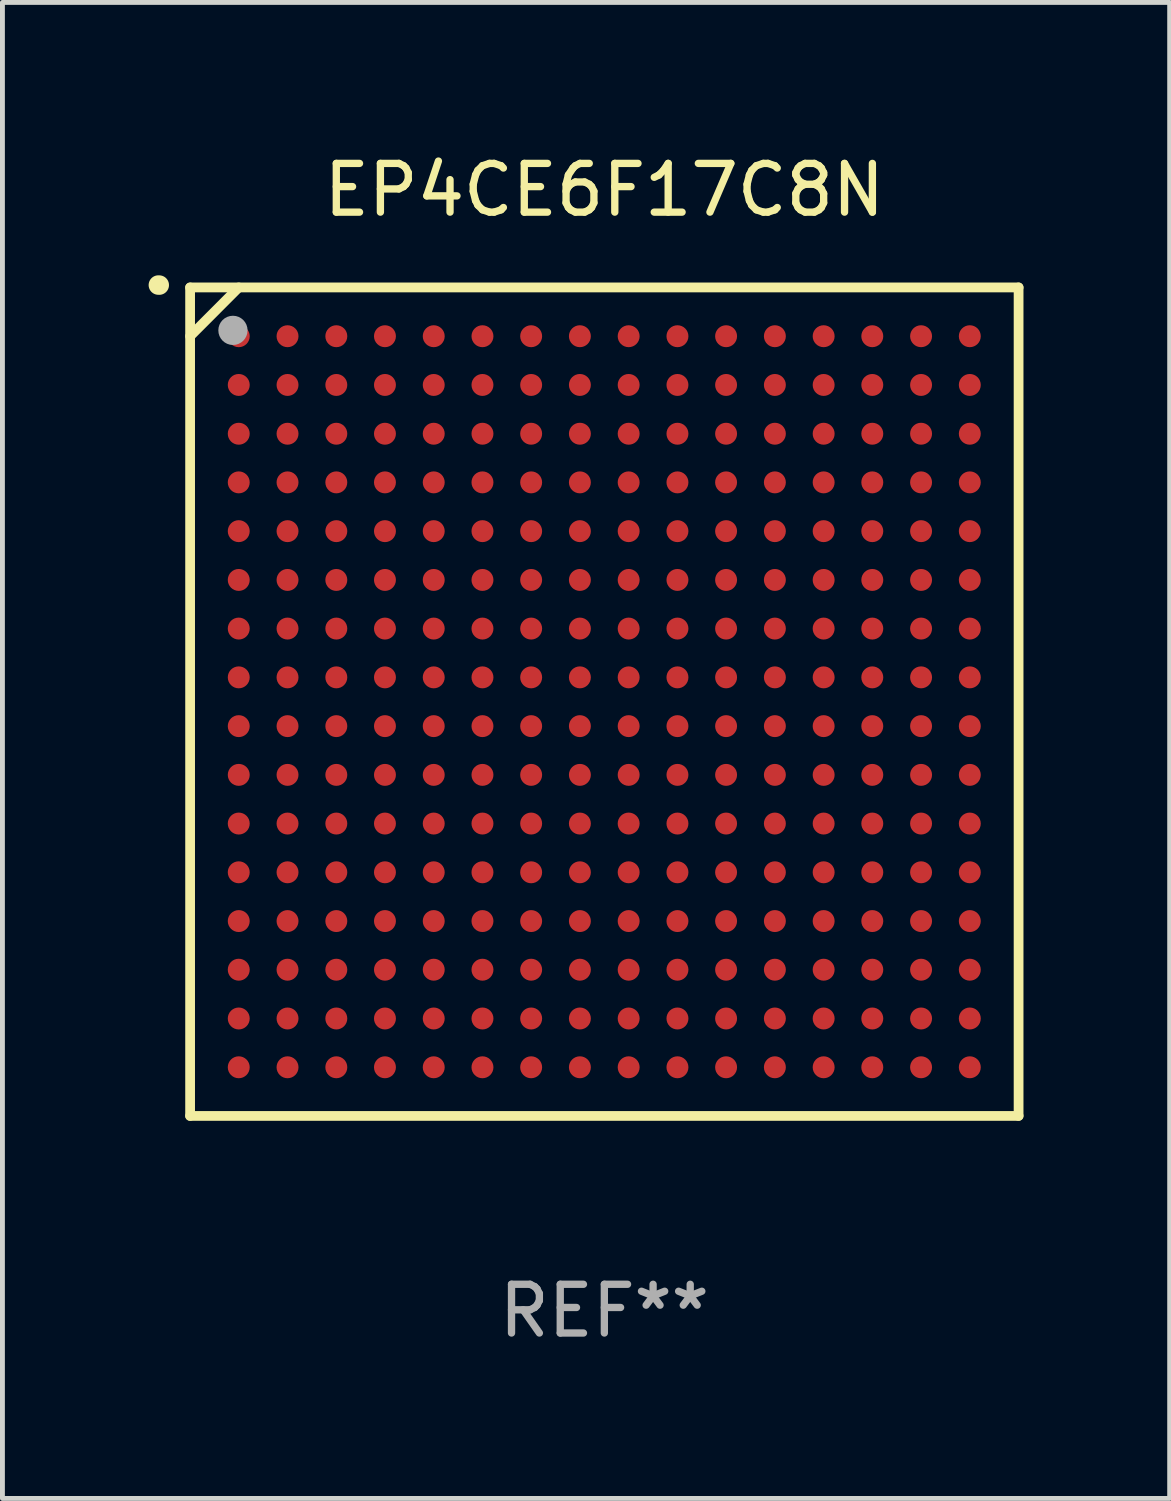
<source format=kicad_pcb>
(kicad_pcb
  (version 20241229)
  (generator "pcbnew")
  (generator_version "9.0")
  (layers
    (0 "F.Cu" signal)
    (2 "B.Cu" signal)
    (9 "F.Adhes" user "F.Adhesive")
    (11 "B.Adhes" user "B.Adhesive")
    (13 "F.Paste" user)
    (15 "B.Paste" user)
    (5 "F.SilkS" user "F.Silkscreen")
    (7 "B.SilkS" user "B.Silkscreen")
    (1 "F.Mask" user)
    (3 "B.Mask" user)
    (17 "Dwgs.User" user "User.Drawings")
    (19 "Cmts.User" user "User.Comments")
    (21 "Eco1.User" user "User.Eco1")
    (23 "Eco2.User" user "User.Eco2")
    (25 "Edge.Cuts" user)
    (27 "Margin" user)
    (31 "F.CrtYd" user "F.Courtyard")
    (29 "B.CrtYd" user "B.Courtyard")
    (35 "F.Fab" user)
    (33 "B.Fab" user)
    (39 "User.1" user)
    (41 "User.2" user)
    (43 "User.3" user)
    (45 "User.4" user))
  (footprint "EP4CE6F17C8N"
    (layer "F.Cu")
    (at 9.351 11.348)
    (property "Reference" "EP4CE6F17C8N" (at 0 -10.5 0) (layer "F.SilkS") (effects (font (size 1 1) (thickness 0.15))))
    (attr through_hole)
    (fp_line (start -8.5 -8.5) (end 8.5 -8.5) (stroke (width 0.2) (type solid)) (layer "F.SilkS"))
    (fp_line (start -8.5 -7.499) (end -7.502 -8.5) (stroke (width 0.2) (type solid)) (layer "F.SilkS"))
    (fp_line (start -8.5 8.5) (end -8.5 -8.5) (stroke (width 0.2) (type solid)) (layer "F.SilkS"))
    (fp_line (start 8.5 -8.5) (end 8.5 8.5) (stroke (width 0.2) (type solid)) (layer "F.SilkS"))
    (fp_line (start 8.5 8.5) (end -8.5 8.5) (stroke (width 0.2) (type solid)) (layer "F.SilkS"))
    (fp_arc (start -9.151181 -8.548768) (mid -9.142295 -8.548541) (end -9.133426 -8.547955) (stroke (width 0.4) (type solid)) (layer "F.SilkS"))
    (fp_circle (center -8.501 -8.499) (end -8.471 -8.499) (stroke (width 0.06) (type solid)) (fill no) (layer "F.SilkS"))
    (fp_circle (center -7.621 -7.619) (end -7.471 -7.619) (stroke (width 0.3) (type solid)) (fill no) (layer "F.Fab"))
    (fp_text user "REF**" (at 0 12.5 0) (layer "F.Fab") (effects (font (size 1 1) (thickness 0.15))))
    (pad "A1" smd circle (at -7.502 -7.499) (size 0.45 0.45) (layers "F.Cu" "F.Mask" "F.Paste"))
    (pad "A2" smd circle (at -6.501 -7.499) (size 0.45 0.45) (layers "F.Cu" "F.Mask" "F.Paste"))
    (pad "A3" smd circle (at -5.5 -7.499) (size 0.45 0.45) (layers "F.Cu" "F.Mask" "F.Paste"))
    (pad "A4" smd circle (at -4.502 -7.499) (size 0.45 0.45) (layers "F.Cu" "F.Mask" "F.Paste"))
    (pad "A5" smd circle (at -3.501 -7.499) (size 0.45 0.45) (layers "F.Cu" "F.Mask" "F.Paste"))
    (pad "A6" smd circle (at -2.501 -7.499) (size 0.45 0.45) (layers "F.Cu" "F.Mask" "F.Paste"))
    (pad "A7" smd circle (at -1.502 -7.499) (size 0.45 0.45) (layers "F.Cu" "F.Mask" "F.Paste"))
    (pad "A8" smd circle (at -0.502 -7.499) (size 0.45 0.45) (layers "F.Cu" "F.Mask" "F.Paste"))
    (pad "A9" smd circle (at 0.499 -7.499) (size 0.45 0.45) (layers "F.Cu" "F.Mask" "F.Paste"))
    (pad "A10" smd circle (at 1.5 -7.499) (size 0.45 0.45) (layers "F.Cu" "F.Mask" "F.Paste"))
    (pad "A11" smd circle (at 2.498 -7.499) (size 0.45 0.45) (layers "F.Cu" "F.Mask" "F.Paste"))
    (pad "A12" smd circle (at 3.499 -7.499) (size 0.45 0.45) (layers "F.Cu" "F.Mask" "F.Paste"))
    (pad "A13" smd circle (at 4.5 -7.499) (size 0.45 0.45) (layers "F.Cu" "F.Mask" "F.Paste"))
    (pad "A14" smd circle (at 5.498 -7.499) (size 0.45 0.45) (layers "F.Cu" "F.Mask" "F.Paste"))
    (pad "A15" smd circle (at 6.499 -7.499) (size 0.45 0.45) (layers "F.Cu" "F.Mask" "F.Paste"))
    (pad "A16" smd circle (at 7.499 -7.499) (size 0.45 0.45) (layers "F.Cu" "F.Mask" "F.Paste"))
    (pad "B1" smd circle (at -7.502 -6.499) (size 0.45 0.45) (layers "F.Cu" "F.Mask" "F.Paste"))
    (pad "B2" smd circle (at -6.501 -6.499) (size 0.45 0.45) (layers "F.Cu" "F.Mask" "F.Paste"))
    (pad "B3" smd circle (at -5.5 -6.499) (size 0.45 0.45) (layers "F.Cu" "F.Mask" "F.Paste"))
    (pad "B4" smd circle (at -4.502 -6.499) (size 0.45 0.45) (layers "F.Cu" "F.Mask" "F.Paste"))
    (pad "B5" smd circle (at -3.501 -6.499) (size 0.45 0.45) (layers "F.Cu" "F.Mask" "F.Paste"))
    (pad "B6" smd circle (at -2.501 -6.499) (size 0.45 0.45) (layers "F.Cu" "F.Mask" "F.Paste"))
    (pad "B7" smd circle (at -1.502 -6.499) (size 0.45 0.45) (layers "F.Cu" "F.Mask" "F.Paste"))
    (pad "B8" smd circle (at -0.502 -6.499) (size 0.45 0.45) (layers "F.Cu" "F.Mask" "F.Paste"))
    (pad "B9" smd circle (at 0.499 -6.499) (size 0.45 0.45) (layers "F.Cu" "F.Mask" "F.Paste"))
    (pad "B10" smd circle (at 1.5 -6.499) (size 0.45 0.45) (layers "F.Cu" "F.Mask" "F.Paste"))
    (pad "B11" smd circle (at 2.498 -6.499) (size 0.45 0.45) (layers "F.Cu" "F.Mask" "F.Paste"))
    (pad "B12" smd circle (at 3.499 -6.499) (size 0.45 0.45) (layers "F.Cu" "F.Mask" "F.Paste"))
    (pad "B13" smd circle (at 4.5 -6.499) (size 0.45 0.45) (layers "F.Cu" "F.Mask" "F.Paste"))
    (pad "B14" smd circle (at 5.498 -6.499) (size 0.45 0.45) (layers "F.Cu" "F.Mask" "F.Paste"))
    (pad "B15" smd circle (at 6.499 -6.499) (size 0.45 0.45) (layers "F.Cu" "F.Mask" "F.Paste"))
    (pad "B16" smd circle (at 7.499 -6.499) (size 0.45 0.45) (layers "F.Cu" "F.Mask" "F.Paste"))
    (pad "C1" smd circle (at -7.502 -5.498) (size 0.45 0.45) (layers "F.Cu" "F.Mask" "F.Paste"))
    (pad "C2" smd circle (at -6.501 -5.498) (size 0.45 0.45) (layers "F.Cu" "F.Mask" "F.Paste"))
    (pad "C3" smd circle (at -5.5 -5.498) (size 0.45 0.45) (layers "F.Cu" "F.Mask" "F.Paste"))
    (pad "C4" smd circle (at -4.502 -5.498) (size 0.45 0.45) (layers "F.Cu" "F.Mask" "F.Paste"))
    (pad "C5" smd circle (at -3.501 -5.498) (size 0.45 0.45) (layers "F.Cu" "F.Mask" "F.Paste"))
    (pad "C6" smd circle (at -2.501 -5.498) (size 0.45 0.45) (layers "F.Cu" "F.Mask" "F.Paste"))
    (pad "C7" smd circle (at -1.502 -5.498) (size 0.45 0.45) (layers "F.Cu" "F.Mask" "F.Paste"))
    (pad "C8" smd circle (at -0.502 -5.498) (size 0.45 0.45) (layers "F.Cu" "F.Mask" "F.Paste"))
    (pad "C9" smd circle (at 0.499 -5.498) (size 0.45 0.45) (layers "F.Cu" "F.Mask" "F.Paste"))
    (pad "C10" smd circle (at 1.5 -5.498) (size 0.45 0.45) (layers "F.Cu" "F.Mask" "F.Paste"))
    (pad "C11" smd circle (at 2.498 -5.498) (size 0.45 0.45) (layers "F.Cu" "F.Mask" "F.Paste"))
    (pad "C12" smd circle (at 3.499 -5.498) (size 0.45 0.45) (layers "F.Cu" "F.Mask" "F.Paste"))
    (pad "C13" smd circle (at 4.5 -5.498) (size 0.45 0.45) (layers "F.Cu" "F.Mask" "F.Paste"))
    (pad "C14" smd circle (at 5.498 -5.498) (size 0.45 0.45) (layers "F.Cu" "F.Mask" "F.Paste"))
    (pad "C15" smd circle (at 6.499 -5.498) (size 0.45 0.45) (layers "F.Cu" "F.Mask" "F.Paste"))
    (pad "C16" smd circle (at 7.499 -5.498) (size 0.45 0.45) (layers "F.Cu" "F.Mask" "F.Paste"))
    (pad "D1" smd circle (at -7.502 -4.5) (size 0.45 0.45) (layers "F.Cu" "F.Mask" "F.Paste"))
    (pad "D2" smd circle (at -6.501 -4.5) (size 0.45 0.45) (layers "F.Cu" "F.Mask" "F.Paste"))
    (pad "D3" smd circle (at -5.5 -4.5) (size 0.45 0.45) (layers "F.Cu" "F.Mask" "F.Paste"))
    (pad "D4" smd circle (at -4.502 -4.5) (size 0.45 0.45) (layers "F.Cu" "F.Mask" "F.Paste"))
    (pad "D5" smd circle (at -3.501 -4.5) (size 0.45 0.45) (layers "F.Cu" "F.Mask" "F.Paste"))
    (pad "D6" smd circle (at -2.501 -4.5) (size 0.45 0.45) (layers "F.Cu" "F.Mask" "F.Paste"))
    (pad "D7" smd circle (at -1.502 -4.5) (size 0.45 0.45) (layers "F.Cu" "F.Mask" "F.Paste"))
    (pad "D8" smd circle (at -0.502 -4.5) (size 0.45 0.45) (layers "F.Cu" "F.Mask" "F.Paste"))
    (pad "D9" smd circle (at 0.499 -4.5) (size 0.45 0.45) (layers "F.Cu" "F.Mask" "F.Paste"))
    (pad "D10" smd circle (at 1.5 -4.5) (size 0.45 0.45) (layers "F.Cu" "F.Mask" "F.Paste"))
    (pad "D11" smd circle (at 2.498 -4.5) (size 0.45 0.45) (layers "F.Cu" "F.Mask" "F.Paste"))
    (pad "D12" smd circle (at 3.499 -4.5) (size 0.45 0.45) (layers "F.Cu" "F.Mask" "F.Paste"))
    (pad "D13" smd circle (at 4.5 -4.5) (size 0.45 0.45) (layers "F.Cu" "F.Mask" "F.Paste"))
    (pad "D14" smd circle (at 5.498 -4.5) (size 0.45 0.45) (layers "F.Cu" "F.Mask" "F.Paste"))
    (pad "D15" smd circle (at 6.499 -4.5) (size 0.45 0.45) (layers "F.Cu" "F.Mask" "F.Paste"))
    (pad "D16" smd circle (at 7.499 -4.5) (size 0.45 0.45) (layers "F.Cu" "F.Mask" "F.Paste"))
    (pad "E1" smd circle (at -7.502 -3.499) (size 0.45 0.45) (layers "F.Cu" "F.Mask" "F.Paste"))
    (pad "E2" smd circle (at -6.501 -3.499) (size 0.45 0.45) (layers "F.Cu" "F.Mask" "F.Paste"))
    (pad "E3" smd circle (at -5.5 -3.499) (size 0.45 0.45) (layers "F.Cu" "F.Mask" "F.Paste"))
    (pad "E4" smd circle (at -4.502 -3.499) (size 0.45 0.45) (layers "F.Cu" "F.Mask" "F.Paste"))
    (pad "E5" smd circle (at -3.501 -3.499) (size 0.45 0.45) (layers "F.Cu" "F.Mask" "F.Paste"))
    (pad "E6" smd circle (at -2.501 -3.499) (size 0.45 0.45) (layers "F.Cu" "F.Mask" "F.Paste"))
    (pad "E7" smd circle (at -1.502 -3.499) (size 0.45 0.45) (layers "F.Cu" "F.Mask" "F.Paste"))
    (pad "E8" smd circle (at -0.502 -3.499) (size 0.45 0.45) (layers "F.Cu" "F.Mask" "F.Paste"))
    (pad "E9" smd circle (at 0.499 -3.499) (size 0.45 0.45) (layers "F.Cu" "F.Mask" "F.Paste"))
    (pad "E10" smd circle (at 1.5 -3.499) (size 0.45 0.45) (layers "F.Cu" "F.Mask" "F.Paste"))
    (pad "E11" smd circle (at 2.498 -3.499) (size 0.45 0.45) (layers "F.Cu" "F.Mask" "F.Paste"))
    (pad "E12" smd circle (at 3.499 -3.499) (size 0.45 0.45) (layers "F.Cu" "F.Mask" "F.Paste"))
    (pad "E13" smd circle (at 4.5 -3.499) (size 0.45 0.45) (layers "F.Cu" "F.Mask" "F.Paste"))
    (pad "E14" smd circle (at 5.498 -3.499) (size 0.45 0.45) (layers "F.Cu" "F.Mask" "F.Paste"))
    (pad "E15" smd circle (at 6.499 -3.499) (size 0.45 0.45) (layers "F.Cu" "F.Mask" "F.Paste"))
    (pad "E16" smd circle (at 7.499 -3.499) (size 0.45 0.45) (layers "F.Cu" "F.Mask" "F.Paste"))
    (pad "F1" smd circle (at -7.502 -2.498) (size 0.45 0.45) (layers "F.Cu" "F.Mask" "F.Paste"))
    (pad "F2" smd circle (at -6.501 -2.498) (size 0.45 0.45) (layers "F.Cu" "F.Mask" "F.Paste"))
    (pad "F3" smd circle (at -5.5 -2.498) (size 0.45 0.45) (layers "F.Cu" "F.Mask" "F.Paste"))
    (pad "F4" smd circle (at -4.502 -2.498) (size 0.45 0.45) (layers "F.Cu" "F.Mask" "F.Paste"))
    (pad "F5" smd circle (at -3.501 -2.498) (size 0.45 0.45) (layers "F.Cu" "F.Mask" "F.Paste"))
    (pad "F6" smd circle (at -2.501 -2.498) (size 0.45 0.45) (layers "F.Cu" "F.Mask" "F.Paste"))
    (pad "F7" smd circle (at -1.502 -2.498) (size 0.45 0.45) (layers "F.Cu" "F.Mask" "F.Paste"))
    (pad "F8" smd circle (at -0.502 -2.498) (size 0.45 0.45) (layers "F.Cu" "F.Mask" "F.Paste"))
    (pad "F9" smd circle (at 0.499 -2.498) (size 0.45 0.45) (layers "F.Cu" "F.Mask" "F.Paste"))
    (pad "F10" smd circle (at 1.5 -2.498) (size 0.45 0.45) (layers "F.Cu" "F.Mask" "F.Paste"))
    (pad "F11" smd circle (at 2.498 -2.498) (size 0.45 0.45) (layers "F.Cu" "F.Mask" "F.Paste"))
    (pad "F12" smd circle (at 3.499 -2.498) (size 0.45 0.45) (layers "F.Cu" "F.Mask" "F.Paste"))
    (pad "F13" smd circle (at 4.5 -2.498) (size 0.45 0.45) (layers "F.Cu" "F.Mask" "F.Paste"))
    (pad "F14" smd circle (at 5.498 -2.498) (size 0.45 0.45) (layers "F.Cu" "F.Mask" "F.Paste"))
    (pad "F15" smd circle (at 6.499 -2.498) (size 0.45 0.45) (layers "F.Cu" "F.Mask" "F.Paste"))
    (pad "F16" smd circle (at 7.499 -2.498) (size 0.45 0.45) (layers "F.Cu" "F.Mask" "F.Paste"))
    (pad "G1" smd circle (at -7.502 -1.5) (size 0.45 0.45) (layers "F.Cu" "F.Mask" "F.Paste"))
    (pad "G2" smd circle (at -6.501 -1.5) (size 0.45 0.45) (layers "F.Cu" "F.Mask" "F.Paste"))
    (pad "G3" smd circle (at -5.5 -1.5) (size 0.45 0.45) (layers "F.Cu" "F.Mask" "F.Paste"))
    (pad "G4" smd circle (at -4.502 -1.5) (size 0.45 0.45) (layers "F.Cu" "F.Mask" "F.Paste"))
    (pad "G5" smd circle (at -3.501 -1.5) (size 0.45 0.45) (layers "F.Cu" "F.Mask" "F.Paste"))
    (pad "G6" smd circle (at -2.501 -1.5) (size 0.45 0.45) (layers "F.Cu" "F.Mask" "F.Paste"))
    (pad "G7" smd circle (at -1.502 -1.5) (size 0.45 0.45) (layers "F.Cu" "F.Mask" "F.Paste"))
    (pad "G8" smd circle (at -0.502 -1.5) (size 0.45 0.45) (layers "F.Cu" "F.Mask" "F.Paste"))
    (pad "G9" smd circle (at 0.499 -1.5) (size 0.45 0.45) (layers "F.Cu" "F.Mask" "F.Paste"))
    (pad "G10" smd circle (at 1.5 -1.5) (size 0.45 0.45) (layers "F.Cu" "F.Mask" "F.Paste"))
    (pad "G11" smd circle (at 2.498 -1.5) (size 0.45 0.45) (layers "F.Cu" "F.Mask" "F.Paste"))
    (pad "G12" smd circle (at 3.499 -1.5) (size 0.45 0.45) (layers "F.Cu" "F.Mask" "F.Paste"))
    (pad "G13" smd circle (at 4.5 -1.5) (size 0.45 0.45) (layers "F.Cu" "F.Mask" "F.Paste"))
    (pad "G14" smd circle (at 5.498 -1.5) (size 0.45 0.45) (layers "F.Cu" "F.Mask" "F.Paste"))
    (pad "G15" smd circle (at 6.499 -1.5) (size 0.45 0.45) (layers "F.Cu" "F.Mask" "F.Paste"))
    (pad "G16" smd circle (at 7.499 -1.5) (size 0.45 0.45) (layers "F.Cu" "F.Mask" "F.Paste"))
    (pad "H1" smd circle (at -7.502 -0.499) (size 0.45 0.45) (layers "F.Cu" "F.Mask" "F.Paste"))
    (pad "H2" smd circle (at -6.501 -0.499) (size 0.45 0.45) (layers "F.Cu" "F.Mask" "F.Paste"))
    (pad "H3" smd circle (at -5.5 -0.499) (size 0.45 0.45) (layers "F.Cu" "F.Mask" "F.Paste"))
    (pad "H4" smd circle (at -4.502 -0.499) (size 0.45 0.45) (layers "F.Cu" "F.Mask" "F.Paste"))
    (pad "H5" smd circle (at -3.501 -0.499) (size 0.45 0.45) (layers "F.Cu" "F.Mask" "F.Paste"))
    (pad "H6" smd circle (at -2.501 -0.499) (size 0.45 0.45) (layers "F.Cu" "F.Mask" "F.Paste"))
    (pad "H7" smd circle (at -1.502 -0.499) (size 0.45 0.45) (layers "F.Cu" "F.Mask" "F.Paste"))
    (pad "H8" smd circle (at -0.502 -0.499) (size 0.45 0.45) (layers "F.Cu" "F.Mask" "F.Paste"))
    (pad "H9" smd circle (at 0.499 -0.499) (size 0.45 0.45) (layers "F.Cu" "F.Mask" "F.Paste"))
    (pad "H10" smd circle (at 1.5 -0.499) (size 0.45 0.45) (layers "F.Cu" "F.Mask" "F.Paste"))
    (pad "H11" smd circle (at 2.498 -0.499) (size 0.45 0.45) (layers "F.Cu" "F.Mask" "F.Paste"))
    (pad "H12" smd circle (at 3.499 -0.499) (size 0.45 0.45) (layers "F.Cu" "F.Mask" "F.Paste"))
    (pad "H13" smd circle (at 4.5 -0.499) (size 0.45 0.45) (layers "F.Cu" "F.Mask" "F.Paste"))
    (pad "H14" smd circle (at 5.498 -0.499) (size 0.45 0.45) (layers "F.Cu" "F.Mask" "F.Paste"))
    (pad "H15" smd circle (at 6.499 -0.499) (size 0.45 0.45) (layers "F.Cu" "F.Mask" "F.Paste"))
    (pad "H16" smd circle (at 7.499 -0.499) (size 0.45 0.45) (layers "F.Cu" "F.Mask" "F.Paste"))
    (pad "J1" smd circle (at -7.502 0.502) (size 0.45 0.45) (layers "F.Cu" "F.Mask" "F.Paste"))
    (pad "J2" smd circle (at -6.501 0.502) (size 0.45 0.45) (layers "F.Cu" "F.Mask" "F.Paste"))
    (pad "J3" smd circle (at -5.5 0.502) (size 0.45 0.45) (layers "F.Cu" "F.Mask" "F.Paste"))
    (pad "J4" smd circle (at -4.502 0.502) (size 0.45 0.45) (layers "F.Cu" "F.Mask" "F.Paste"))
    (pad "J5" smd circle (at -3.501 0.502) (size 0.45 0.45) (layers "F.Cu" "F.Mask" "F.Paste"))
    (pad "J6" smd circle (at -2.501 0.502) (size 0.45 0.45) (layers "F.Cu" "F.Mask" "F.Paste"))
    (pad "J7" smd circle (at -1.502 0.502) (size 0.45 0.45) (layers "F.Cu" "F.Mask" "F.Paste"))
    (pad "J8" smd circle (at -0.502 0.502) (size 0.45 0.45) (layers "F.Cu" "F.Mask" "F.Paste"))
    (pad "J9" smd circle (at 0.499 0.502) (size 0.45 0.45) (layers "F.Cu" "F.Mask" "F.Paste"))
    (pad "J10" smd circle (at 1.5 0.502) (size 0.45 0.45) (layers "F.Cu" "F.Mask" "F.Paste"))
    (pad "J11" smd circle (at 2.498 0.502) (size 0.45 0.45) (layers "F.Cu" "F.Mask" "F.Paste"))
    (pad "J12" smd circle (at 3.499 0.502) (size 0.45 0.45) (layers "F.Cu" "F.Mask" "F.Paste"))
    (pad "J13" smd circle (at 4.5 0.502) (size 0.45 0.45) (layers "F.Cu" "F.Mask" "F.Paste"))
    (pad "J14" smd circle (at 5.498 0.502) (size 0.45 0.45) (layers "F.Cu" "F.Mask" "F.Paste"))
    (pad "J15" smd circle (at 6.499 0.502) (size 0.45 0.45) (layers "F.Cu" "F.Mask" "F.Paste"))
    (pad "J16" smd circle (at 7.499 0.502) (size 0.45 0.45) (layers "F.Cu" "F.Mask" "F.Paste"))
    (pad "K1" smd circle (at -7.502 1.502) (size 0.45 0.45) (layers "F.Cu" "F.Mask" "F.Paste"))
    (pad "K2" smd circle (at -6.501 1.502) (size 0.45 0.45) (layers "F.Cu" "F.Mask" "F.Paste"))
    (pad "K3" smd circle (at -5.5 1.502) (size 0.45 0.45) (layers "F.Cu" "F.Mask" "F.Paste"))
    (pad "K4" smd circle (at -4.502 1.502) (size 0.45 0.45) (layers "F.Cu" "F.Mask" "F.Paste"))
    (pad "K5" smd circle (at -3.501 1.502) (size 0.45 0.45) (layers "F.Cu" "F.Mask" "F.Paste"))
    (pad "K6" smd circle (at -2.501 1.502) (size 0.45 0.45) (layers "F.Cu" "F.Mask" "F.Paste"))
    (pad "K7" smd circle (at -1.502 1.502) (size 0.45 0.45) (layers "F.Cu" "F.Mask" "F.Paste"))
    (pad "K8" smd circle (at -0.502 1.502) (size 0.45 0.45) (layers "F.Cu" "F.Mask" "F.Paste"))
    (pad "K9" smd circle (at 0.499 1.502) (size 0.45 0.45) (layers "F.Cu" "F.Mask" "F.Paste"))
    (pad "K10" smd circle (at 1.5 1.502) (size 0.45 0.45) (layers "F.Cu" "F.Mask" "F.Paste"))
    (pad "K11" smd circle (at 2.498 1.502) (size 0.45 0.45) (layers "F.Cu" "F.Mask" "F.Paste"))
    (pad "K12" smd circle (at 3.499 1.502) (size 0.45 0.45) (layers "F.Cu" "F.Mask" "F.Paste"))
    (pad "K13" smd circle (at 4.5 1.502) (size 0.45 0.45) (layers "F.Cu" "F.Mask" "F.Paste"))
    (pad "K14" smd circle (at 5.498 1.502) (size 0.45 0.45) (layers "F.Cu" "F.Mask" "F.Paste"))
    (pad "K15" smd circle (at 6.499 1.502) (size 0.45 0.45) (layers "F.Cu" "F.Mask" "F.Paste"))
    (pad "K16" smd circle (at 7.499 1.502) (size 0.45 0.45) (layers "F.Cu" "F.Mask" "F.Paste"))
    (pad "L1" smd circle (at -7.502 2.501) (size 0.45 0.45) (layers "F.Cu" "F.Mask" "F.Paste"))
    (pad "L2" smd circle (at -6.501 2.501) (size 0.45 0.45) (layers "F.Cu" "F.Mask" "F.Paste"))
    (pad "L3" smd circle (at -5.5 2.501) (size 0.45 0.45) (layers "F.Cu" "F.Mask" "F.Paste"))
    (pad "L4" smd circle (at -4.502 2.501) (size 0.45 0.45) (layers "F.Cu" "F.Mask" "F.Paste"))
    (pad "L5" smd circle (at -3.501 2.501) (size 0.45 0.45) (layers "F.Cu" "F.Mask" "F.Paste"))
    (pad "L6" smd circle (at -2.501 2.501) (size 0.45 0.45) (layers "F.Cu" "F.Mask" "F.Paste"))
    (pad "L7" smd circle (at -1.502 2.501) (size 0.45 0.45) (layers "F.Cu" "F.Mask" "F.Paste"))
    (pad "L8" smd circle (at -0.502 2.501) (size 0.45 0.45) (layers "F.Cu" "F.Mask" "F.Paste"))
    (pad "L9" smd circle (at 0.499 2.501) (size 0.45 0.45) (layers "F.Cu" "F.Mask" "F.Paste"))
    (pad "L10" smd circle (at 1.5 2.501) (size 0.45 0.45) (layers "F.Cu" "F.Mask" "F.Paste"))
    (pad "L11" smd circle (at 2.498 2.501) (size 0.45 0.45) (layers "F.Cu" "F.Mask" "F.Paste"))
    (pad "L12" smd circle (at 3.499 2.501) (size 0.45 0.45) (layers "F.Cu" "F.Mask" "F.Paste"))
    (pad "L13" smd circle (at 4.5 2.501) (size 0.45 0.45) (layers "F.Cu" "F.Mask" "F.Paste"))
    (pad "L14" smd circle (at 5.498 2.501) (size 0.45 0.45) (layers "F.Cu" "F.Mask" "F.Paste"))
    (pad "L15" smd circle (at 6.499 2.501) (size 0.45 0.45) (layers "F.Cu" "F.Mask" "F.Paste"))
    (pad "L16" smd circle (at 7.499 2.501) (size 0.45 0.45) (layers "F.Cu" "F.Mask" "F.Paste"))
    (pad "M1" smd circle (at -7.502 3.501) (size 0.45 0.45) (layers "F.Cu" "F.Mask" "F.Paste"))
    (pad "M2" smd circle (at -6.501 3.501) (size 0.45 0.45) (layers "F.Cu" "F.Mask" "F.Paste"))
    (pad "M3" smd circle (at -5.5 3.501) (size 0.45 0.45) (layers "F.Cu" "F.Mask" "F.Paste"))
    (pad "M4" smd circle (at -4.502 3.501) (size 0.45 0.45) (layers "F.Cu" "F.Mask" "F.Paste"))
    (pad "M5" smd circle (at -3.501 3.501) (size 0.45 0.45) (layers "F.Cu" "F.Mask" "F.Paste"))
    (pad "M6" smd circle (at -2.501 3.501) (size 0.45 0.45) (layers "F.Cu" "F.Mask" "F.Paste"))
    (pad "M7" smd circle (at -1.502 3.501) (size 0.45 0.45) (layers "F.Cu" "F.Mask" "F.Paste"))
    (pad "M8" smd circle (at -0.502 3.501) (size 0.45 0.45) (layers "F.Cu" "F.Mask" "F.Paste"))
    (pad "M9" smd circle (at 0.499 3.501) (size 0.45 0.45) (layers "F.Cu" "F.Mask" "F.Paste"))
    (pad "M10" smd circle (at 1.5 3.501) (size 0.45 0.45) (layers "F.Cu" "F.Mask" "F.Paste"))
    (pad "M11" smd circle (at 2.498 3.501) (size 0.45 0.45) (layers "F.Cu" "F.Mask" "F.Paste"))
    (pad "M12" smd circle (at 3.499 3.501) (size 0.45 0.45) (layers "F.Cu" "F.Mask" "F.Paste"))
    (pad "M13" smd circle (at 4.5 3.501) (size 0.45 0.45) (layers "F.Cu" "F.Mask" "F.Paste"))
    (pad "M14" smd circle (at 5.498 3.501) (size 0.45 0.45) (layers "F.Cu" "F.Mask" "F.Paste"))
    (pad "M15" smd circle (at 6.499 3.501) (size 0.45 0.45) (layers "F.Cu" "F.Mask" "F.Paste"))
    (pad "M16" smd circle (at 7.499 3.501) (size 0.45 0.45) (layers "F.Cu" "F.Mask" "F.Paste"))
    (pad "N1" smd circle (at -7.502 4.502) (size 0.45 0.45) (layers "F.Cu" "F.Mask" "F.Paste"))
    (pad "N2" smd circle (at -6.501 4.502) (size 0.45 0.45) (layers "F.Cu" "F.Mask" "F.Paste"))
    (pad "N3" smd circle (at -5.5 4.502) (size 0.45 0.45) (layers "F.Cu" "F.Mask" "F.Paste"))
    (pad "N4" smd circle (at -4.502 4.502) (size 0.45 0.45) (layers "F.Cu" "F.Mask" "F.Paste"))
    (pad "N5" smd circle (at -3.501 4.502) (size 0.45 0.45) (layers "F.Cu" "F.Mask" "F.Paste"))
    (pad "N6" smd circle (at -2.501 4.502) (size 0.45 0.45) (layers "F.Cu" "F.Mask" "F.Paste"))
    (pad "N7" smd circle (at -1.502 4.502) (size 0.45 0.45) (layers "F.Cu" "F.Mask" "F.Paste"))
    (pad "N8" smd circle (at -0.502 4.502) (size 0.45 0.45) (layers "F.Cu" "F.Mask" "F.Paste"))
    (pad "N9" smd circle (at 0.499 4.502) (size 0.45 0.45) (layers "F.Cu" "F.Mask" "F.Paste"))
    (pad "N10" smd circle (at 1.5 4.502) (size 0.45 0.45) (layers "F.Cu" "F.Mask" "F.Paste"))
    (pad "N11" smd circle (at 2.498 4.502) (size 0.45 0.45) (layers "F.Cu" "F.Mask" "F.Paste"))
    (pad "N12" smd circle (at 3.499 4.502) (size 0.45 0.45) (layers "F.Cu" "F.Mask" "F.Paste"))
    (pad "N13" smd circle (at 4.5 4.502) (size 0.45 0.45) (layers "F.Cu" "F.Mask" "F.Paste"))
    (pad "N14" smd circle (at 5.498 4.502) (size 0.45 0.45) (layers "F.Cu" "F.Mask" "F.Paste"))
    (pad "N15" smd circle (at 6.499 4.502) (size 0.45 0.45) (layers "F.Cu" "F.Mask" "F.Paste"))
    (pad "N16" smd circle (at 7.499 4.502) (size 0.45 0.45) (layers "F.Cu" "F.Mask" "F.Paste"))
    (pad "P1" smd circle (at -7.502 5.5) (size 0.45 0.45) (layers "F.Cu" "F.Mask" "F.Paste"))
    (pad "P2" smd circle (at -6.501 5.5) (size 0.45 0.45) (layers "F.Cu" "F.Mask" "F.Paste"))
    (pad "P3" smd circle (at -5.5 5.5) (size 0.45 0.45) (layers "F.Cu" "F.Mask" "F.Paste"))
    (pad "P4" smd circle (at -4.502 5.5) (size 0.45 0.45) (layers "F.Cu" "F.Mask" "F.Paste"))
    (pad "P5" smd circle (at -3.501 5.5) (size 0.45 0.45) (layers "F.Cu" "F.Mask" "F.Paste"))
    (pad "P6" smd circle (at -2.501 5.5) (size 0.45 0.45) (layers "F.Cu" "F.Mask" "F.Paste"))
    (pad "P7" smd circle (at -1.502 5.5) (size 0.45 0.45) (layers "F.Cu" "F.Mask" "F.Paste"))
    (pad "P8" smd circle (at -0.502 5.5) (size 0.45 0.45) (layers "F.Cu" "F.Mask" "F.Paste"))
    (pad "P9" smd circle (at 0.499 5.5) (size 0.45 0.45) (layers "F.Cu" "F.Mask" "F.Paste"))
    (pad "P10" smd circle (at 1.5 5.5) (size 0.45 0.45) (layers "F.Cu" "F.Mask" "F.Paste"))
    (pad "P11" smd circle (at 2.498 5.5) (size 0.45 0.45) (layers "F.Cu" "F.Mask" "F.Paste"))
    (pad "P12" smd circle (at 3.499 5.5) (size 0.45 0.45) (layers "F.Cu" "F.Mask" "F.Paste"))
    (pad "P13" smd circle (at 4.5 5.5) (size 0.45 0.45) (layers "F.Cu" "F.Mask" "F.Paste"))
    (pad "P14" smd circle (at 5.498 5.5) (size 0.45 0.45) (layers "F.Cu" "F.Mask" "F.Paste"))
    (pad "P15" smd circle (at 6.499 5.5) (size 0.45 0.45) (layers "F.Cu" "F.Mask" "F.Paste"))
    (pad "P16" smd circle (at 7.499 5.5) (size 0.45 0.45) (layers "F.Cu" "F.Mask" "F.Paste"))
    (pad "R1" smd circle (at -7.502 6.501) (size 0.45 0.45) (layers "F.Cu" "F.Mask" "F.Paste"))
    (pad "R2" smd circle (at -6.501 6.501) (size 0.45 0.45) (layers "F.Cu" "F.Mask" "F.Paste"))
    (pad "R3" smd circle (at -5.5 6.501) (size 0.45 0.45) (layers "F.Cu" "F.Mask" "F.Paste"))
    (pad "R4" smd circle (at -4.502 6.501) (size 0.45 0.45) (layers "F.Cu" "F.Mask" "F.Paste"))
    (pad "R5" smd circle (at -3.501 6.501) (size 0.45 0.45) (layers "F.Cu" "F.Mask" "F.Paste"))
    (pad "R6" smd circle (at -2.501 6.501) (size 0.45 0.45) (layers "F.Cu" "F.Mask" "F.Paste"))
    (pad "R7" smd circle (at -1.502 6.501) (size 0.45 0.45) (layers "F.Cu" "F.Mask" "F.Paste"))
    (pad "R8" smd circle (at -0.502 6.501) (size 0.45 0.45) (layers "F.Cu" "F.Mask" "F.Paste"))
    (pad "R9" smd circle (at 0.499 6.501) (size 0.45 0.45) (layers "F.Cu" "F.Mask" "F.Paste"))
    (pad "R10" smd circle (at 1.5 6.501) (size 0.45 0.45) (layers "F.Cu" "F.Mask" "F.Paste"))
    (pad "R11" smd circle (at 2.498 6.501) (size 0.45 0.45) (layers "F.Cu" "F.Mask" "F.Paste"))
    (pad "R12" smd circle (at 3.499 6.501) (size 0.45 0.45) (layers "F.Cu" "F.Mask" "F.Paste"))
    (pad "R13" smd circle (at 4.5 6.501) (size 0.45 0.45) (layers "F.Cu" "F.Mask" "F.Paste"))
    (pad "R14" smd circle (at 5.498 6.501) (size 0.45 0.45) (layers "F.Cu" "F.Mask" "F.Paste"))
    (pad "R15" smd circle (at 6.499 6.501) (size 0.45 0.45) (layers "F.Cu" "F.Mask" "F.Paste"))
    (pad "R16" smd circle (at 7.499 6.501) (size 0.45 0.45) (layers "F.Cu" "F.Mask" "F.Paste"))
    (pad "T1" smd circle (at -7.502 7.502) (size 0.45 0.45) (layers "F.Cu" "F.Mask" "F.Paste"))
    (pad "T2" smd circle (at -6.501 7.502) (size 0.45 0.45) (layers "F.Cu" "F.Mask" "F.Paste"))
    (pad "T3" smd circle (at -5.5 7.502) (size 0.45 0.45) (layers "F.Cu" "F.Mask" "F.Paste"))
    (pad "T4" smd circle (at -4.502 7.502) (size 0.45 0.45) (layers "F.Cu" "F.Mask" "F.Paste"))
    (pad "T5" smd circle (at -3.501 7.502) (size 0.45 0.45) (layers "F.Cu" "F.Mask" "F.Paste"))
    (pad "T6" smd circle (at -2.501 7.502) (size 0.45 0.45) (layers "F.Cu" "F.Mask" "F.Paste"))
    (pad "T7" smd circle (at -1.502 7.502) (size 0.45 0.45) (layers "F.Cu" "F.Mask" "F.Paste"))
    (pad "T8" smd circle (at -0.502 7.502) (size 0.45 0.45) (layers "F.Cu" "F.Mask" "F.Paste"))
    (pad "T9" smd circle (at 0.499 7.502) (size 0.45 0.45) (layers "F.Cu" "F.Mask" "F.Paste"))
    (pad "T10" smd circle (at 1.5 7.502) (size 0.45 0.45) (layers "F.Cu" "F.Mask" "F.Paste"))
    (pad "T11" smd circle (at 2.498 7.502) (size 0.45 0.45) (layers "F.Cu" "F.Mask" "F.Paste"))
    (pad "T12" smd circle (at 3.499 7.502) (size 0.45 0.45) (layers "F.Cu" "F.Mask" "F.Paste"))
    (pad "T13" smd circle (at 4.5 7.502) (size 0.45 0.45) (layers "F.Cu" "F.Mask" "F.Paste"))
    (pad "T14" smd circle (at 5.498 7.502) (size 0.45 0.45) (layers "F.Cu" "F.Mask" "F.Paste"))
    (pad "T15" smd circle (at 6.499 7.502) (size 0.45 0.45) (layers "F.Cu" "F.Mask" "F.Paste"))
    (pad "T16" smd circle (at 7.499 7.502) (size 0.45 0.45) (layers "F.Cu" "F.Mask" "F.Paste")))
  (gr_rect
    (start -3 -3)
    (end 20.951 27.697)
    (stroke (width 0.1) (type default))
    (fill no)
    (layer "Edge.Cuts")))
</source>
